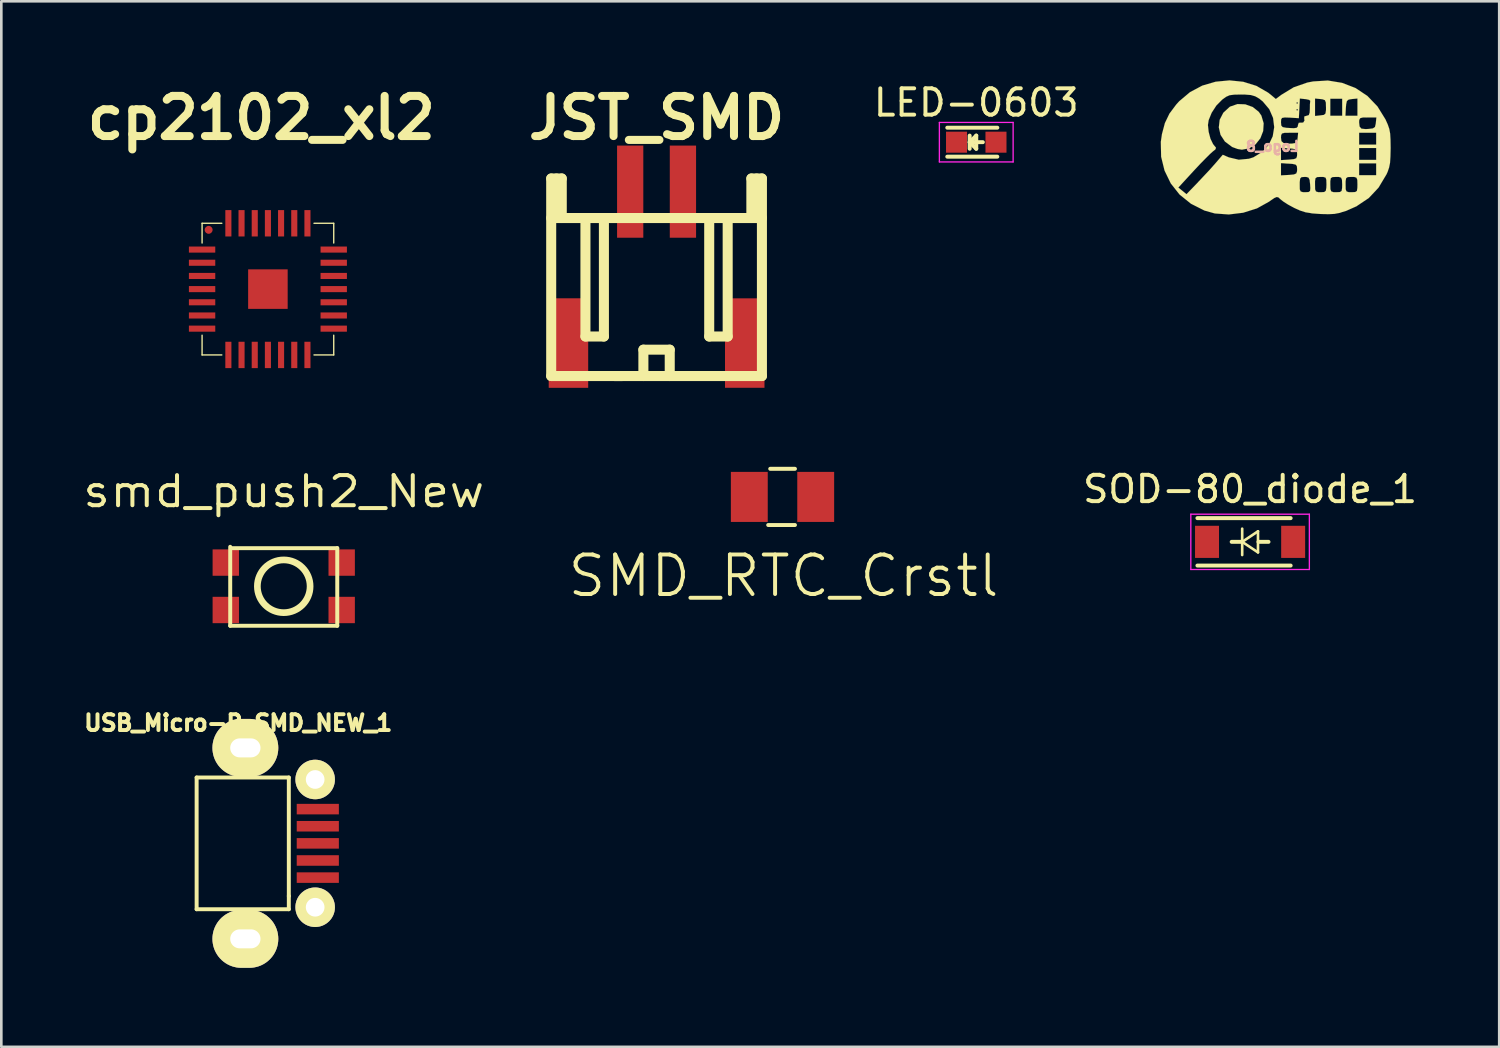
<source format=kicad_pcb>
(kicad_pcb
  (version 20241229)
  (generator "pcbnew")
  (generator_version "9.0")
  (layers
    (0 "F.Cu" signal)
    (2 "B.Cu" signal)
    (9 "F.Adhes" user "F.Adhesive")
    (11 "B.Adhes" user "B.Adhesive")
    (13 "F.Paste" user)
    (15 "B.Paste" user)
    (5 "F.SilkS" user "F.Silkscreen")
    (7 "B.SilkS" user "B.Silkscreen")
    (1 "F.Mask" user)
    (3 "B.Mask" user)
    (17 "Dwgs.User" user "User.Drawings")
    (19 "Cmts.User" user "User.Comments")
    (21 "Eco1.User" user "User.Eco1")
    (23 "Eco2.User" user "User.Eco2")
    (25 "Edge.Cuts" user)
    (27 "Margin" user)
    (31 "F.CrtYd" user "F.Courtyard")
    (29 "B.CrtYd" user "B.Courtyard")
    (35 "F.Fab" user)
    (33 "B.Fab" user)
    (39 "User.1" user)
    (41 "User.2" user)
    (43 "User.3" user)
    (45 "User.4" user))
  (footprint "SMD_RTC_Crstl"
    (layer "F.Cu")
    (at 26.597 15.815)
    (property "Reference" "SMD_RTC_Crstl" (at 0.1 3 0) (layer "F.SilkS") (effects (font (size 1.5 1.5) (thickness 0.15))))
    (attr through_hole)
    (fp_line (start -0.483 1.067) (end 0.533 1.067) (stroke (width 0.15) (type solid)) (layer "F.SilkS"))
    (fp_line (start -0.406 -1.067) (end 0.533 -1.067) (stroke (width 0.15) (type solid)) (layer "F.SilkS"))
    (pad "1" smd rect (at -1.2 0) (size 1.4 1.9) (layers "F.Cu" "F.Mask" "F.Paste"))
    (pad "2" smd rect (at 1.321 0) (size 1.4 1.9) (layers "F.Cu" "F.Mask" "F.Paste")))
  (footprint "SOD-80_diode_1"
    (layer "F.Cu")
    (at 44.409 17.521)
    (property "Reference" "SOD-80_diode_1" (at 0 -2 0) (layer "F.SilkS") (effects (font (size 1 1) (thickness 0.15))))
    (attr smd)
    (fp_line (start -2 -0.9) (end 1.54 -0.9) (stroke (width 0.15) (type solid)) (layer "F.SilkS"))
    (fp_line (start -2 0.9) (end 1.54 0.9) (stroke (width 0.15) (type solid)) (layer "F.SilkS"))
    (fp_line (start -0.318 0) (end -0.699 0) (stroke (width 0.15) (type solid)) (layer "F.SilkS"))
    (fp_line (start -0.3 -0.5) (end -0.3 0.5) (stroke (width 0.1) (type solid)) (layer "F.SilkS"))
    (fp_line (start -0.3 0) (end 0.3 -0.4) (stroke (width 0.1) (type solid)) (layer "F.SilkS"))
    (fp_line (start 0.3 -0.4) (end 0.3 0.4) (stroke (width 0.1) (type solid)) (layer "F.SilkS"))
    (fp_line (start 0.3 0.4) (end -0.3 0) (stroke (width 0.1) (type solid)) (layer "F.SilkS"))
    (fp_line (start 0.699 0) (end 0.318 0) (stroke (width 0.15) (type solid)) (layer "F.SilkS"))
    (fp_line (start -2.25 -1.05) (end -2.25 1.05) (stroke (width 0.05) (type solid)) (layer "F.CrtYd"))
    (fp_line (start -2.25 -1.05) (end 2.25 -1.05) (stroke (width 0.05) (type solid)) (layer "F.CrtYd"))
    (fp_line (start 2.25 -1.05) (end 2.25 1.05) (stroke (width 0.05) (type solid)) (layer "F.CrtYd"))
    (fp_line (start 2.25 1.05) (end -2.25 1.05) (stroke (width 0.05) (type solid)) (layer "F.CrtYd"))
    (pad "1" smd rect (at -1.635 0) (size 0.91 1.22) (layers "F.Cu" "F.Mask" "F.Paste"))
    (pad "2" smd rect (at 1.635 0) (size 0.91 1.22) (layers "F.Cu" "F.Mask" "F.Paste")))
  (footprint "USB_Micro-B_SMD_NEW_1"
    (layer "F.Cu")
    (at 8.915 28.968)
    (property "Reference" "USB_Micro-B_SMD_NEW_1" (at -2.921 -4.572 0) (layer "F.SilkS") (effects (font (size 0.6 0.6) (thickness 0.15))))
    (attr through_hole)
    (fp_line (start -4.5 -2.5) (end -1 -2.5) (stroke (width 0.15) (type solid)) (layer "F.SilkS"))
    (fp_line (start -4.5 2.5) (end -4.5 -2.5) (stroke (width 0.15) (type solid)) (layer "F.SilkS"))
    (fp_line (start -1 -2.5) (end -1 2) (stroke (width 0.15) (type solid)) (layer "F.SilkS"))
    (fp_line (start -1 2) (end -1 2.5) (stroke (width 0.15) (type solid)) (layer "F.SilkS"))
    (fp_line (start -1 2.5) (end -4.5 2.5) (stroke (width 0.15) (type solid)) (layer "F.SilkS"))
    (pad "" thru_hole oval (at -2.65 -3.625) (size 2.5 2.2) (drill oval 1.15 0.72) (layers "*.Cu" "*.Mask" "F.SilkS"))
    (pad "" thru_hole oval (at -2.65 3.625) (size 2.5 2.2) (drill oval 1.15 0.72) (layers "*.Cu" "*.Mask" "F.SilkS"))
    (pad "" thru_hole circle (at 0 -2.425) (size 1.5 1.5) (drill 0.71) (layers "*.Cu" "*.Mask" "F.SilkS"))
    (pad "" thru_hole circle (at 0 2.425) (size 1.5 1.5) (drill 0.71) (layers "*.Cu" "*.Mask" "F.SilkS"))
    (pad "1" smd rect (at 0.1 -1.3) (size 1.6 0.4) (layers "F.Cu" "F.Mask" "F.Paste"))
    (pad "2" smd rect (at 0.1 -0.65) (size 1.6 0.4) (layers "F.Cu" "F.Mask" "F.Paste"))
    (pad "3" smd rect (at 0.1 0) (size 1.6 0.4) (layers "F.Cu" "F.Mask" "F.Paste"))
    (pad "4" smd rect (at 0.1 0.65) (size 1.6 0.4) (layers "F.Cu" "F.Mask" "F.Paste"))
    (pad "5" smd rect (at 0.1 1.3) (size 1.6 0.4) (layers "F.Cu" "F.Mask" "F.Paste")))
  (footprint "smd_push2_New"
    (layer "F.Cu")
    (at 7.722 19.208)
    (property "Reference" "smd_push2_New" (at 0 -3.599 0) (layer "F.SilkS") (effects (font (size 1.143 1.27) (thickness 0.152))))
    (attr through_hole)
    (fp_line (start -2.032 -1.499) (end -2.032 1.499) (stroke (width 0.15) (type solid)) (layer "F.SilkS"))
    (fp_line (start -2.032 1.499) (end 2.032 1.499) (stroke (width 0.15) (type solid)) (layer "F.SilkS"))
    (fp_line (start 2.032 -1.448) (end -2.007 -1.448) (stroke (width 0.15) (type solid)) (layer "F.SilkS"))
    (fp_line (start 2.032 1.499) (end 2.032 -1.448) (stroke (width 0.15) (type solid)) (layer "F.SilkS"))
    (fp_circle (center 0 0) (end -1.001 0) (stroke (width 0.254) (type solid)) (fill no) (layer "F.SilkS"))
    (pad "1" smd rect (at -2.2 -0.9) (size 1.001 1.001) (layers "F.Cu" "F.Mask" "F.Paste"))
    (pad "2" smd rect (at 2.2 0.9) (size 1.001 1.001) (layers "F.Cu" "F.Mask" "F.Paste"))
    (pad "3" smd rect (at -2.2 0.9) (size 1.001 1.001) (layers "F.Cu" "F.Mask" "F.Paste"))
    (pad "4" smd rect (at 2.2 -0.9) (size 1.001 1.001) (layers "F.Cu" "F.Mask" "F.Paste")))
  (footprint "JST_SMD"
    (layer "F.Cu")
    (at 21.876 4.226)
    (property "Reference" "JST_SMD" (at 0 -2.799 0) (layer "F.SilkS") (effects (font (size 1.524 1.524) (thickness 0.305))))
    (attr through_hole)
    (fp_line (start -4 7) (end -4 -0.5) (stroke (width 0.381) (type solid)) (layer "F.SilkS"))
    (fp_line (start -4 7) (end 4 7) (stroke (width 0.381) (type solid)) (layer "F.SilkS"))
    (fp_line (start -3.8 -0.5) (end -3.8 1.001) (stroke (width 0.381) (type solid)) (layer "F.SilkS"))
    (fp_line (start -3.599 -0.5) (end -4 -0.5) (stroke (width 0.381) (type solid)) (layer "F.SilkS"))
    (fp_line (start -3.599 1.001) (end -3.599 -0.5) (stroke (width 0.381) (type solid)) (layer "F.SilkS"))
    (fp_line (start -2.7 5.499) (end -2.7 1.001) (stroke (width 0.381) (type solid)) (layer "F.SilkS"))
    (fp_line (start -1.999 1.001) (end -1.999 5.499) (stroke (width 0.381) (type solid)) (layer "F.SilkS"))
    (fp_line (start -1.999 5.499) (end -2.7 5.499) (stroke (width 0.381) (type solid)) (layer "F.SilkS"))
    (fp_line (start -1.3 7) (end -1.6 7) (stroke (width 0.381) (type solid)) (layer "F.SilkS"))
    (fp_line (start -0.5 5.999) (end 0.5 5.999) (stroke (width 0.381) (type solid)) (layer "F.SilkS"))
    (fp_line (start -0.5 7) (end -0.5 5.999) (stroke (width 0.381) (type solid)) (layer "F.SilkS"))
    (fp_line (start 0.5 5.999) (end 0.5 7) (stroke (width 0.381) (type solid)) (layer "F.SilkS"))
    (fp_line (start 1.999 1.001) (end 1.999 5.499) (stroke (width 0.381) (type solid)) (layer "F.SilkS"))
    (fp_line (start 1.999 5.499) (end 2.7 5.499) (stroke (width 0.381) (type solid)) (layer "F.SilkS"))
    (fp_line (start 2.7 5.499) (end 2.7 1.001) (stroke (width 0.381) (type solid)) (layer "F.SilkS"))
    (fp_line (start 3.599 -0.5) (end 3.599 1.001) (stroke (width 0.381) (type solid)) (layer "F.SilkS"))
    (fp_line (start 3.8 1.001) (end 3.8 -0.5) (stroke (width 0.381) (type solid)) (layer "F.SilkS"))
    (fp_line (start 4 -0.5) (end 3.599 -0.5) (stroke (width 0.381) (type solid)) (layer "F.SilkS"))
    (fp_line (start 4 -0.5) (end 4 7) (stroke (width 0.381) (type solid)) (layer "F.SilkS"))
    (fp_line (start 4 1.001) (end -4 1.001) (stroke (width 0.381) (type solid)) (layer "F.SilkS"))
    (pad "" smd rect (at -3.345 5.748) (size 1.499 3.399) (layers "F.Cu" "F.Mask" "F.Paste"))
    (pad "" smd rect (at 3.348 5.748) (size 1.499 3.396) (layers "F.Cu" "F.Mask" "F.Paste"))
    (pad "1" smd rect (at -1.001 0) (size 0.996 3.498) (layers "F.Cu" "F.Mask" "F.Paste"))
    (pad "2" smd rect (at 1.001 0) (size 0.998 3.498) (layers "F.Cu" "F.Mask" "F.Paste")))
  (footprint "cp2102_xl2"
    (layer "F.Cu")
    (at 7.121 7.926)
    (property "Reference" "cp2102_xl2" (at -0.249 -6.5 0) (layer "F.SilkS") (effects (font (size 1.524 1.524) (thickness 0.305))))
    (attr through_hole)
    (fp_line (start -2.499 -2.499) (end -1.75 -2.499) (stroke (width 0.051) (type solid)) (layer "F.SilkS"))
    (fp_line (start -2.499 -1.75) (end -2.499 -2.499) (stroke (width 0.051) (type solid)) (layer "F.SilkS"))
    (fp_line (start -2.499 2.499) (end -2.499 1.75) (stroke (width 0.051) (type solid)) (layer "F.SilkS"))
    (fp_line (start -1.75 2.499) (end -2.499 2.499) (stroke (width 0.051) (type solid)) (layer "F.SilkS"))
    (fp_line (start 1.75 -2.499) (end 2.499 -2.499) (stroke (width 0.051) (type solid)) (layer "F.SilkS"))
    (fp_line (start 1.75 2.499) (end 2.499 2.499) (stroke (width 0.051) (type solid)) (layer "F.SilkS"))
    (fp_line (start 2.499 -2.499) (end 2.499 -1.75) (stroke (width 0.051) (type solid)) (layer "F.SilkS"))
    (fp_line (start 2.499 2.499) (end 2.499 1.75) (stroke (width 0.051) (type solid)) (layer "F.SilkS"))
    (pad "" smd circle (at -2.25 -2.25) (size 0.3 0.3) (layers "F.Cu" "F.Mask" "F.Paste"))
    (pad "1" smd rect (at -2.499 -1.501) (size 1.001 0.231) (layers "F.Cu" "F.Mask" "F.Paste"))
    (pad "2" smd rect (at -2.499 -1.001) (size 1.001 0.231) (layers "F.Cu" "F.Mask" "F.Paste"))
    (pad "3" smd rect (at -2.499 -0.5) (size 1.001 0.231) (layers "F.Cu" "F.Mask" "F.Paste"))
    (pad "4" smd rect (at -2.499 0) (size 1.001 0.231) (layers "F.Cu" "F.Mask" "F.Paste"))
    (pad "5" smd rect (at -2.499 0.5) (size 1.001 0.231) (layers "F.Cu" "F.Mask" "F.Paste"))
    (pad "6" smd rect (at -2.499 1.001) (size 1.001 0.231) (layers "F.Cu" "F.Mask" "F.Paste"))
    (pad "7" smd rect (at -2.499 1.501) (size 1.001 0.231) (layers "F.Cu" "F.Mask" "F.Paste"))
    (pad "8" smd rect (at -1.501 2.499) (size 0.231 1.001) (layers "F.Cu" "F.Mask" "F.Paste"))
    (pad "9" smd rect (at -1.001 2.499) (size 0.231 1.001) (layers "F.Cu" "F.Mask" "F.Paste"))
    (pad "10" smd rect (at -0.5 2.499) (size 0.231 1.001) (layers "F.Cu" "F.Mask" "F.Paste"))
    (pad "11" smd rect (at 0 2.499) (size 0.231 1.001) (layers "F.Cu" "F.Mask" "F.Paste"))
    (pad "12" smd rect (at 0.5 2.499) (size 0.231 1.001) (layers "F.Cu" "F.Mask" "F.Paste"))
    (pad "13" smd rect (at 1.001 2.499) (size 0.231 1.001) (layers "F.Cu" "F.Mask" "F.Paste"))
    (pad "14" smd rect (at 1.501 2.499) (size 0.231 1.001) (layers "F.Cu" "F.Mask" "F.Paste"))
    (pad "15" smd rect (at 2.499 1.501) (size 1.001 0.231) (layers "F.Cu" "F.Mask" "F.Paste"))
    (pad "16" smd rect (at 2.499 1.001) (size 1.001 0.231) (layers "F.Cu" "F.Mask" "F.Paste"))
    (pad "17" smd rect (at 2.499 0.5) (size 1.001 0.231) (layers "F.Cu" "F.Mask" "F.Paste"))
    (pad "18" smd rect (at 2.499 0) (size 1.001 0.231) (layers "F.Cu" "F.Mask" "F.Paste"))
    (pad "19" smd rect (at 2.499 -0.5) (size 1.001 0.231) (layers "F.Cu" "F.Mask" "F.Paste"))
    (pad "20" smd rect (at 2.499 -1.001) (size 1.001 0.231) (layers "F.Cu" "F.Mask" "F.Paste"))
    (pad "21" smd rect (at 2.499 -1.501) (size 1.001 0.231) (layers "F.Cu" "F.Mask" "F.Paste"))
    (pad "22" smd rect (at 1.501 -2.499) (size 0.231 1.001) (layers "F.Cu" "F.Mask" "F.Paste"))
    (pad "23" smd rect (at 1.001 -2.499) (size 0.231 1.001) (layers "F.Cu" "F.Mask" "F.Paste"))
    (pad "24" smd rect (at 0.5 -2.499) (size 0.231 1.001) (layers "F.Cu" "F.Mask" "F.Paste"))
    (pad "25" smd rect (at 0 -2.499) (size 0.231 1.001) (layers "F.Cu" "F.Mask" "F.Paste"))
    (pad "26" smd rect (at -0.5 -2.499) (size 0.231 1.001) (layers "F.Cu" "F.Mask" "F.Paste"))
    (pad "27" smd rect (at -1.001 -2.499) (size 0.231 1.001) (layers "F.Cu" "F.Mask" "F.Paste"))
    (pad "28" smd rect (at -1.501 -2.499) (size 0.231 1.001) (layers "F.Cu" "F.Mask" "F.Paste"))
    (pad "29" smd rect (at 0 0) (size 1.501 1.501) (layers "F.Cu" "F.Mask" "F.Paste")))
  (footprint "Logo_8"
    (layer "F.Cu")
    (at 45.259 2.506)
    (property "Reference" "Logo_8" (at 0 0 0) (layer "B.SilkS") (effects (font (size 0.381 0.381) (thickness 0.095)) (justify mirror)))
    (attr through_hole)
    (fp_poly (pts (xy -0.335 -0.876) (xy -0.353 -0.582) (xy -0.46 -0.305) (xy -0.643 -0.076) (xy -0.886 0.076) (xy -1.161 0.127) (xy -1.328 0.099) (xy -1.521 0.028) (xy -1.542 0.015) (xy -1.806 -0.183) (xy -1.971 -0.434) (xy -2.037 -0.719) (xy -2.004 -1.008) (xy -1.867 -1.275) (xy -1.631 -1.494) (xy -1.603 -1.511) (xy -1.328 -1.605) (xy -1.034 -1.595) (xy -0.752 -1.494) (xy -0.521 -1.311) (xy -0.422 -1.168) (xy -0.335 -0.876)) (stroke (width 0.003) (type solid)) (fill yes) (layer "F.SilkS"))
    (fp_poly (pts (xy 4.486 0.064) (xy 4.478 0.391) (xy 4.463 0.625) (xy 4.427 0.805) (xy 4.371 0.97) (xy 4.328 1.064) (xy 4.028 1.565) (xy 3.945 1.654) (xy 3.945 -1.097) (xy 3.617 -1.097) (xy 3.424 -1.095) (xy 3.33 -1.069) (xy 3.294 -1.003) (xy 3.289 -0.914) (xy 3.307 -0.752) (xy 3.376 -0.673) (xy 3.526 -0.655) (xy 3.642 -0.66) (xy 3.81 -0.681) (xy 3.891 -0.734) (xy 3.919 -0.851) (xy 3.924 -0.889) (xy 3.945 -1.097) (xy 3.945 1.654) (xy 3.937 1.664) (xy 3.937 1.095) (xy 3.937 0.871) (xy 3.937 0.645) (xy 3.937 0.516) (xy 3.937 0.29) (xy 3.937 0.064) (xy 3.937 -0.066) (xy 3.937 -0.29) (xy 3.937 -0.516) (xy 3.614 -0.516) (xy 3.289 -0.516) (xy 3.289 -0.29) (xy 3.289 -0.066) (xy 3.614 -0.066) (xy 3.937 -0.066) (xy 3.937 0.064) (xy 3.614 0.064) (xy 3.289 0.064) (xy 3.289 0.29) (xy 3.289 0.516) (xy 3.614 0.516) (xy 3.937 0.516) (xy 3.937 0.645) (xy 3.614 0.645) (xy 3.289 0.645) (xy 3.289 0.871) (xy 3.289 1.095) (xy 3.614 1.095) (xy 3.937 1.095) (xy 3.937 1.664) (xy 3.655 1.963) (xy 3.226 2.25) (xy 3.226 1.453) (xy 3.226 -1.161) (xy 3.226 -1.488) (xy 3.226 -1.816) (xy 3.018 -1.796) (xy 2.891 -1.775) (xy 2.824 -1.72) (xy 2.797 -1.595) (xy 2.786 -1.468) (xy 2.769 -1.161) (xy 2.997 -1.161) (xy 3.226 -1.161) (xy 3.226 1.453) (xy 3.221 1.273) (xy 3.188 1.189) (xy 3.101 1.161) (xy 3 1.161) (xy 2.86 1.166) (xy 2.797 1.206) (xy 2.776 1.321) (xy 2.776 1.453) (xy 2.779 1.631) (xy 2.812 1.712) (xy 2.898 1.74) (xy 3 1.742) (xy 3.139 1.735) (xy 3.205 1.694) (xy 3.223 1.58) (xy 3.226 1.453) (xy 3.226 2.25) (xy 3.195 2.273) (xy 2.794 2.451) (xy 2.647 2.494) (xy 2.647 1.453) (xy 2.647 -1.161) (xy 2.647 -1.483) (xy 2.647 -1.808) (xy 2.421 -1.808) (xy 2.195 -1.808) (xy 2.195 -1.483) (xy 2.195 -1.161) (xy 2.421 -1.161) (xy 2.647 -1.161) (xy 2.647 1.453) (xy 2.639 1.273) (xy 2.606 1.189) (xy 2.52 1.161) (xy 2.421 1.161) (xy 2.281 1.166) (xy 2.215 1.206) (xy 2.195 1.321) (xy 2.195 1.453) (xy 2.2 1.631) (xy 2.233 1.712) (xy 2.319 1.74) (xy 2.421 1.742) (xy 2.558 1.735) (xy 2.624 1.694) (xy 2.644 1.58) (xy 2.647 1.453) (xy 2.647 2.494) (xy 2.558 2.525) (xy 2.347 2.565) (xy 2.101 2.576) (xy 2.05 2.573) (xy 2.05 1.453) (xy 2.045 1.273) (xy 2.032 1.232) (xy 2.032 -1.374) (xy 2.032 -1.483) (xy 2.027 -1.664) (xy 1.991 -1.753) (xy 1.902 -1.786) (xy 1.824 -1.796) (xy 1.615 -1.816) (xy 1.615 -1.483) (xy 1.615 -1.153) (xy 1.824 -1.176) (xy 1.953 -1.194) (xy 2.012 -1.247) (xy 2.032 -1.374) (xy 2.032 1.232) (xy 2.017 1.189) (xy 1.93 1.161) (xy 1.834 1.161) (xy 1.697 1.166) (xy 1.633 1.209) (xy 1.615 1.323) (xy 1.615 1.453) (xy 1.618 1.631) (xy 1.651 1.712) (xy 1.737 1.74) (xy 1.829 1.742) (xy 1.961 1.735) (xy 2.024 1.689) (xy 2.045 1.575) (xy 2.05 1.453) (xy 2.05 2.573) (xy 1.819 2.568) (xy 1.499 2.545) (xy 1.438 2.532) (xy 1.438 1.582) (xy 1.435 1.549) (xy 1.435 -1.727) (xy 1.392 -1.765) (xy 1.262 -1.793) (xy 1.247 -1.793) (xy 1.039 -1.816) (xy 1.021 -1.443) (xy 1.001 -1.069) (xy 0.968 -1.072) (xy 0.968 -1.387) (xy 0.968 -1.646) (xy 0.937 -1.679) (xy 0.904 -1.646) (xy 0.937 -1.615) (xy 0.968 -1.646) (xy 0.968 -1.387) (xy 0.937 -1.42) (xy 0.904 -1.387) (xy 0.937 -1.354) (xy 0.968 -1.387) (xy 0.968 -1.072) (xy 0.663 -1.09) (xy 0.465 -1.097) (xy 0.363 -1.079) (xy 0.328 -1.021) (xy 0.323 -0.914) (xy 0.333 -0.79) (xy 0.389 -0.729) (xy 0.526 -0.704) (xy 0.597 -0.699) (xy 0.808 -0.688) (xy 0.919 -0.704) (xy 0.963 -0.757) (xy 0.968 -0.81) (xy 0.996 -0.892) (xy 1.016 -0.897) (xy 1.166 -0.902) (xy 1.217 -0.983) (xy 1.206 -1.034) (xy 1.209 -1.135) (xy 1.298 -1.161) (xy 1.379 -1.186) (xy 1.412 -1.28) (xy 1.42 -1.42) (xy 1.422 -1.598) (xy 1.433 -1.712) (xy 1.435 -1.727) (xy 1.435 1.549) (xy 1.43 1.453) (xy 1.41 1.273) (xy 1.367 1.186) (xy 1.28 1.161) (xy 1.219 1.161) (xy 1.105 1.168) (xy 1.052 1.219) (xy 1.034 1.346) (xy 1.034 1.453) (xy 1.036 1.631) (xy 1.069 1.712) (xy 1.156 1.74) (xy 1.242 1.742) (xy 1.369 1.735) (xy 1.427 1.694) (xy 1.438 1.582) (xy 1.438 2.532) (xy 1.257 2.504) (xy 1.036 2.433) (xy 0.975 2.403) (xy 0.975 -0.516) (xy 0.65 -0.516) (xy 0.457 -0.513) (xy 0.361 -0.488) (xy 0.328 -0.422) (xy 0.323 -0.33) (xy 0.34 -0.198) (xy 0.414 -0.13) (xy 0.566 -0.102) (xy 0.737 -0.104) (xy 0.879 -0.127) (xy 0.94 -0.206) (xy 0.955 -0.312) (xy 0.975 -0.516) (xy 0.975 2.403) (xy 0.937 2.388) (xy 0.937 0.871) (xy 0.937 0.29) (xy 0.927 0.173) (xy 0.879 0.112) (xy 0.754 0.086) (xy 0.63 0.076) (xy 0.323 0.056) (xy 0.323 0.29) (xy 0.323 0.523) (xy 0.63 0.503) (xy 0.815 0.485) (xy 0.904 0.45) (xy 0.932 0.371) (xy 0.937 0.29) (xy 0.937 0.871) (xy 0.927 0.752) (xy 0.879 0.693) (xy 0.754 0.665) (xy 0.63 0.655) (xy 0.323 0.638) (xy 0.323 0.871) (xy 0.323 1.102) (xy 0.63 1.085) (xy 0.815 1.067) (xy 0.904 1.029) (xy 0.932 0.95) (xy 0.937 0.871) (xy 0.937 2.388) (xy 0.826 2.337) (xy 0.599 2.215) (xy 0.411 2.095) (xy 0.297 2.004) (xy 0.226 1.938) (xy 0.16 1.923) (xy 0.066 1.963) (xy 0.066 -0.729) (xy 0.023 -1.079) (xy -0.122 -1.412) (xy -0.368 -1.704) (xy -0.505 -1.814) (xy -0.655 -1.9) (xy -0.818 -1.948) (xy -1.039 -1.966) (xy -1.199 -1.968) (xy -1.453 -1.963) (xy -1.626 -1.941) (xy -1.76 -1.882) (xy -1.9 -1.781) (xy -1.913 -1.77) (xy -2.131 -1.549) (xy -2.309 -1.275) (xy -2.423 -0.996) (xy -2.451 -0.81) (xy -2.423 -0.549) (xy -2.355 -0.29) (xy -2.256 -0.086) (xy -2.21 -0.028) (xy -2.144 0.053) (xy -2.169 0.119) (xy -2.263 0.193) (xy -2.365 0.284) (xy -2.532 0.45) (xy -2.741 0.663) (xy -2.969 0.907) (xy -2.997 0.937) (xy -3.574 1.565) (xy -3.419 1.689) (xy -3.264 1.816) (xy -2.84 1.377) (xy -2.614 1.135) (xy -2.385 0.892) (xy -2.195 0.678) (xy -2.151 0.627) (xy -1.887 0.32) (xy -1.656 0.419) (xy -1.28 0.508) (xy -0.897 0.472) (xy -0.724 0.417) (xy -0.386 0.213) (xy -0.142 -0.061) (xy 0.01 -0.381) (xy 0.066 -0.729) (xy 0.066 1.963) (xy 0.064 1.966) (xy -0.102 2.078) (xy -0.117 2.093) (xy -0.589 2.355) (xy -1.113 2.52) (xy -1.656 2.586) (xy -2.187 2.548) (xy -2.581 2.438) (xy -3.094 2.179) (xy -3.526 1.831) (xy -3.861 1.407) (xy -4.097 0.922) (xy -4.227 0.394) (xy -4.239 -0.17) (xy -4.196 -0.465) (xy -4.084 -0.884) (xy -3.912 -1.242) (xy -3.658 -1.582) (xy -3.541 -1.712) (xy -3.134 -2.055) (xy -2.664 -2.306) (xy -2.156 -2.454) (xy -1.631 -2.504) (xy -1.11 -2.451) (xy -0.612 -2.296) (xy -0.163 -2.037) (xy -0.061 -1.956) (xy 0.127 -1.798) (xy 0.338 -1.956) (xy 0.803 -2.24) (xy 1.321 -2.421) (xy 1.542 -2.464) (xy 2.103 -2.499) (xy 2.644 -2.41) (xy 3.15 -2.215) (xy 3.602 -1.915) (xy 3.985 -1.516) (xy 4.282 -1.036) (xy 4.285 -1.034) (xy 4.376 -0.831) (xy 4.435 -0.66) (xy 4.468 -0.48) (xy 4.481 -0.254) (xy 4.486 0.064)) (stroke (width 0.003) (type solid)) (fill yes) (layer "F.SilkS")))
  (footprint "LED-0603"
    (layer "F.Cu")
    (at 34.013 2.348)
    (property "Reference" "LED-0603" (at 0 -1.5 0) (layer "F.SilkS") (effects (font (size 1 1) (thickness 0.15))))
    (attr smd)
    (fp_line (start -1.1 -0.55) (end 0.8 -0.55) (stroke (width 0.15) (type solid)) (layer "F.SilkS"))
    (fp_line (start -1.1 0.55) (end 0.8 0.55) (stroke (width 0.15) (type solid)) (layer "F.SilkS"))
    (fp_line (start -0.25 -0.25) (end -0.25 0.25) (stroke (width 0.15) (type solid)) (layer "F.SilkS"))
    (fp_line (start -0.25 0) (end 0 -0.25) (stroke (width 0.15) (type solid)) (layer "F.SilkS"))
    (fp_line (start -0.2 0) (end 0.25 0) (stroke (width 0.15) (type solid)) (layer "F.SilkS"))
    (fp_line (start 0 -0.25) (end 0 0.25) (stroke (width 0.15) (type solid)) (layer "F.SilkS"))
    (fp_line (start 0 0.25) (end -0.25 0) (stroke (width 0.15) (type solid)) (layer "F.SilkS"))
    (fp_line (start -1.4 -0.75) (end 1.4 -0.75) (stroke (width 0.05) (type solid)) (layer "F.CrtYd"))
    (fp_line (start -1.4 0.75) (end -1.4 -0.75) (stroke (width 0.05) (type solid)) (layer "F.CrtYd"))
    (fp_line (start 1.4 -0.75) (end 1.4 0.75) (stroke (width 0.05) (type solid)) (layer "F.CrtYd"))
    (fp_line (start 1.4 0.75) (end -1.4 0.75) (stroke (width 0.05) (type solid)) (layer "F.CrtYd"))
    (pad "1" smd rect (at -0.749 0 180) (size 0.798 0.798) (layers "F.Cu" "F.Mask" "F.Paste"))
    (pad "2" smd rect (at 0.749 0 180) (size 0.798 0.798) (layers "F.Cu" "F.Mask" "F.Paste")))
  (gr_rect
    (start -3 -3)
    (end 53.867 36.693)
    (stroke (width 0.1) (type default))
    (fill no)
    (layer "Edge.Cuts")))
</source>
